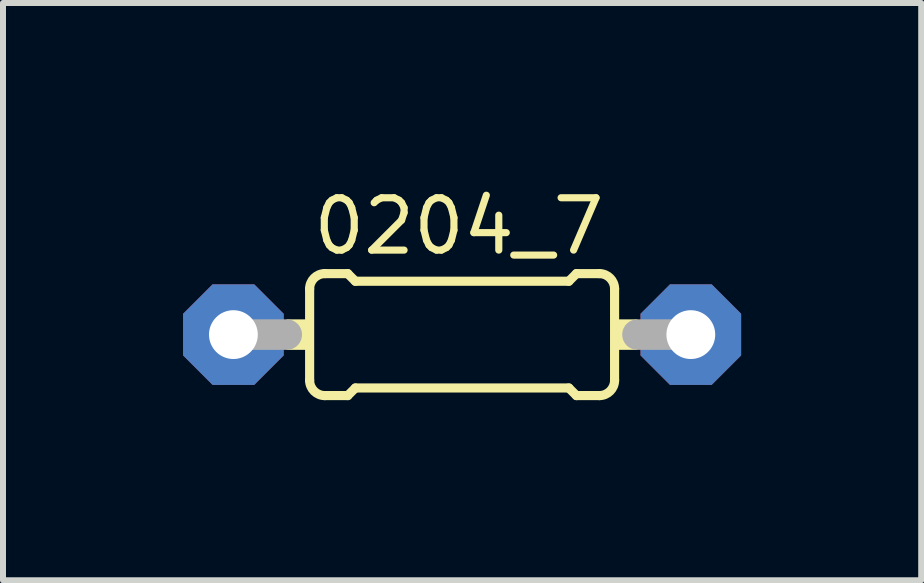
<source format=kicad_pcb>
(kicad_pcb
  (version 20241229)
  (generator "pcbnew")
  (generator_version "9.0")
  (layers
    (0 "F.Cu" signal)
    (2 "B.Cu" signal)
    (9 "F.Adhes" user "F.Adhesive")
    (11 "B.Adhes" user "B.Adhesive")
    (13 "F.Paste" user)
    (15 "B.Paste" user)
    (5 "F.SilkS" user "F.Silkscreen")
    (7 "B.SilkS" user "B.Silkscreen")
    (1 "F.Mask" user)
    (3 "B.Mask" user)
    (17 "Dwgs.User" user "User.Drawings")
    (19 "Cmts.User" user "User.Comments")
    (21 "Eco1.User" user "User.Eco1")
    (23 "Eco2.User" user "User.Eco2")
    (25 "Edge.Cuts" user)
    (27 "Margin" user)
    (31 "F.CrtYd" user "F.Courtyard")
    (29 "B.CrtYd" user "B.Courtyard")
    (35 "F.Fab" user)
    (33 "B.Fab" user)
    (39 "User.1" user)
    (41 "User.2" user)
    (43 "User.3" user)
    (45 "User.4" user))
  (footprint "0204_7"
    (layer "F.Cu")
    (at 4.648 2.524)
    (property "Reference" "0204_7" (at -2.54 -1.295 0) (layer "F.SilkS") (effects (font (size 0.872 0.872) (thickness 0.119)) (justify left bottom)))
    (fp_line (start -2.54 0.762) (end -2.54 -0.762) (stroke (width 0.152) (type solid)) (layer "F.SilkS"))
    (fp_line (start -2.286 -1.016) (end -1.905 -1.016) (stroke (width 0.152) (type solid)) (layer "F.SilkS"))
    (fp_line (start -2.286 1.016) (end -1.905 1.016) (stroke (width 0.152) (type solid)) (layer "F.SilkS"))
    (fp_line (start -1.778 -0.889) (end -1.905 -1.016) (stroke (width 0.152) (type solid)) (layer "F.SilkS"))
    (fp_line (start -1.778 0.889) (end -1.905 1.016) (stroke (width 0.152) (type solid)) (layer "F.SilkS"))
    (fp_line (start 1.778 -0.889) (end -1.778 -0.889) (stroke (width 0.152) (type solid)) (layer "F.SilkS"))
    (fp_line (start 1.778 -0.889) (end 1.905 -1.016) (stroke (width 0.152) (type solid)) (layer "F.SilkS"))
    (fp_line (start 1.778 0.889) (end -1.778 0.889) (stroke (width 0.152) (type solid)) (layer "F.SilkS"))
    (fp_line (start 1.778 0.889) (end 1.905 1.016) (stroke (width 0.152) (type solid)) (layer "F.SilkS"))
    (fp_line (start 2.286 -1.016) (end 1.905 -1.016) (stroke (width 0.152) (type solid)) (layer "F.SilkS"))
    (fp_line (start 2.286 1.016) (end 1.905 1.016) (stroke (width 0.152) (type solid)) (layer "F.SilkS"))
    (fp_line (start 2.54 0.762) (end 2.54 -0.762) (stroke (width 0.152) (type solid)) (layer "F.SilkS"))
    (fp_arc (start -2.54 -0.762) (mid -2.465605 -0.941605) (end -2.286 -1.016) (stroke (width 0.1524) (type solid)) (layer "F.SilkS"))
    (fp_arc (start -2.286 1.016) (mid -2.465605 0.941605) (end -2.54 0.762) (stroke (width 0.1524) (type solid)) (layer "F.SilkS"))
    (fp_arc (start 2.286 -1.016) (mid 2.465605 -0.941605) (end 2.54 -0.762) (stroke (width 0.1524) (type solid)) (layer "F.SilkS"))
    (fp_arc (start 2.54 0.762) (mid 2.465605 0.941605) (end 2.286 1.016) (stroke (width 0.1524) (type solid)) (layer "F.SilkS"))
    (fp_poly (pts (xy -2.921 0.254) (xy -2.54 0.254) (xy -2.54 -0.254) (xy -2.921 -0.254)) (stroke (width 0) (type default)) (fill yes) (layer "F.SilkS"))
    (fp_poly (pts (xy 2.54 0.254) (xy 2.921 0.254) (xy 2.921 -0.254) (xy 2.54 -0.254)) (stroke (width 0) (type default)) (fill yes) (layer "F.SilkS"))
    (fp_line (start -3.81 0) (end -2.921 0) (stroke (width 0.508) (type solid)) (layer "F.Fab"))
    (fp_line (start 3.81 0) (end 2.921 0) (stroke (width 0.508) (type solid)) (layer "F.Fab"))
    (pad "1" thru_hole roundrect (at -3.81 0) (size 1.676 1.676) (drill 0.813) (layers "*.Cu" "*.Mask") (roundrect_rratio 0.25) (chamfer_ratio 0.293) (chamfer top_left top_right bottom_left bottom_right))
    (pad "2" thru_hole roundrect (at 3.81 0) (size 1.676 1.676) (drill 0.813) (layers "*.Cu" "*.Mask") (roundrect_rratio 0.25) (chamfer_ratio 0.293) (chamfer top_left top_right bottom_left bottom_right)))
  (gr_rect
    (start -3 -3)
    (end 12.296 6.616)
    (stroke (width 0.1) (type default))
    (fill no)
    (layer "Edge.Cuts")))
</source>
